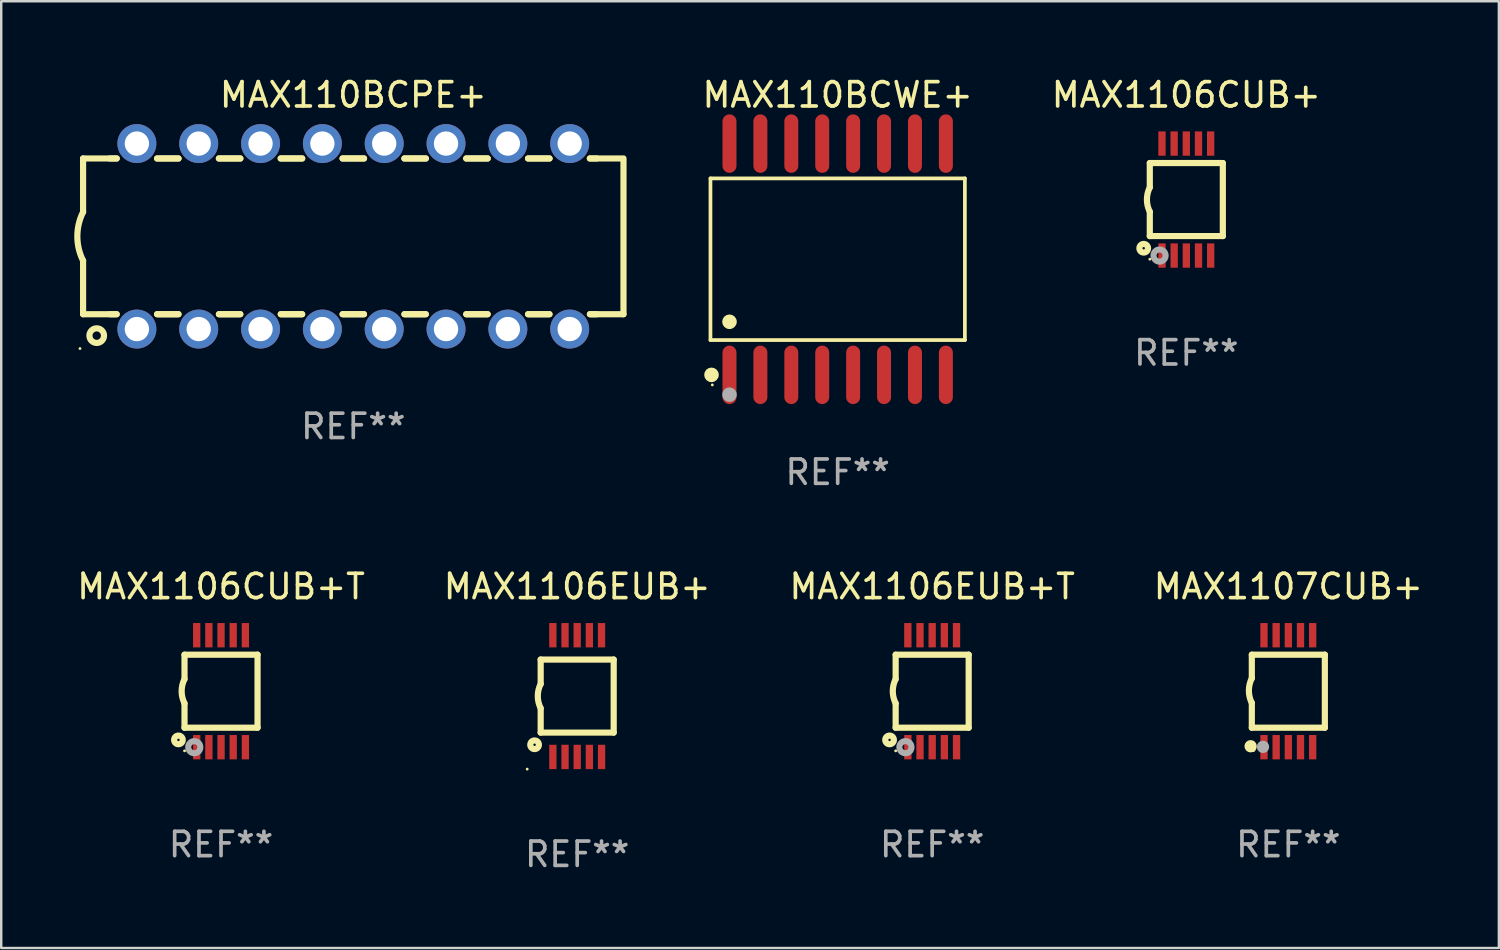
<source format=kicad_pcb>
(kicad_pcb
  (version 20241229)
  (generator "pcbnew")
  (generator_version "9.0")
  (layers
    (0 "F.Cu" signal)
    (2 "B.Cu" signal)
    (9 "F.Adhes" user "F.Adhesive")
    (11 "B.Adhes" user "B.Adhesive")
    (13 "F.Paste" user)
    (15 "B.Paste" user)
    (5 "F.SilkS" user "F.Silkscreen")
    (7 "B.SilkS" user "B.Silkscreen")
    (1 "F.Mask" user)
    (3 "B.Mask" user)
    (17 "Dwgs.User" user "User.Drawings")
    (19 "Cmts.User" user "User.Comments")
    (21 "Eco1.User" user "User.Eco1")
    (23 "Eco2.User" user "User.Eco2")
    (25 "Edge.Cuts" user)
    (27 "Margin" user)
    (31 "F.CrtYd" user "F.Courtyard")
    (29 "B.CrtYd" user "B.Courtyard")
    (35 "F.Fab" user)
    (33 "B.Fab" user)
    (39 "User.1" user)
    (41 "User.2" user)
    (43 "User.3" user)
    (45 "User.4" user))
  (footprint "MAX1106CUB+T"
    (layer "F.Cu")
    (at 6.03 25.345)
    (property "Reference" "MAX1106CUB+T" (at 0 -4.3 0) (layer "F.SilkS") (effects (font (size 1 1) (thickness 0.15))))
    (attr through_hole)
    (fp_line (start -1.5 -1.5) (end -1.5 -0.5) (stroke (width 0.254) (type solid)) (layer "F.SilkS"))
    (fp_line (start -1.5 1.5) (end -1.5 0.5) (stroke (width 0.254) (type solid)) (layer "F.SilkS"))
    (fp_line (start -1.5 1.5) (end 1.5 1.5) (stroke (width 0.254) (type solid)) (layer "F.SilkS"))
    (fp_line (start 1.5 1.5) (end 1.5 -1.5) (stroke (width 0.254) (type solid)) (layer "F.SilkS"))
    (fp_line (start 1.5 -1.5) (end -1.5 -1.5) (stroke (width 0.254) (type solid)) (layer "F.SilkS"))
    (fp_arc (start -1.500165 0.5) (mid -1.618199 0) (end -1.500165 -0.5) (stroke (width 0.254001) (type solid)) (layer "F.SilkS"))
    (fp_circle (center -1.75 2) (end -1.573 2) (stroke (width 0.254) (type solid)) (fill no) (layer "F.SilkS"))
    (fp_circle (center -1.499 2.45) (end -1.469 2.45) (stroke (width 0.06) (type solid)) (fill no) (layer "F.SilkS"))
    (fp_circle (center -1.099 2.3) (end -0.975 2.3) (stroke (width 0.25) (type solid)) (fill no) (layer "F.Fab"))
    (fp_text user "REF**" (at 0 6.3 0) (layer "F.Fab") (effects (font (size 1 1) (thickness 0.15))))
    (pad "1" smd rect (at -0.999 2.3 180) (size 0.3 1) (layers "F.Cu" "F.Mask" "F.Paste"))
    (pad "2" smd rect (at -0.499 2.3 180) (size 0.3 1) (layers "F.Cu" "F.Mask" "F.Paste"))
    (pad "3" smd rect (at 0.001 2.3 180) (size 0.3 1) (layers "F.Cu" "F.Mask" "F.Paste"))
    (pad "4" smd rect (at 0.501 2.3 180) (size 0.3 1) (layers "F.Cu" "F.Mask" "F.Paste"))
    (pad "5" smd rect (at 1.001 2.3 180) (size 0.3 1) (layers "F.Cu" "F.Mask" "F.Paste"))
    (pad "6" smd rect (at 1 -2.3 180) (size 0.3 1) (layers "F.Cu" "F.Mask" "F.Paste"))
    (pad "7" smd rect (at 0.5 -2.3 180) (size 0.3 1) (layers "F.Cu" "F.Mask" "F.Paste"))
    (pad "8" smd rect (at -0.000165 -2.3 180) (size 0.3 1) (layers "F.Cu" "F.Mask" "F.Paste"))
    (pad "9" smd rect (at -0.5 -2.3 180) (size 0.3 1) (layers "F.Cu" "F.Mask" "F.Paste"))
    (pad "10" smd rect (at -1 -2.3 180) (size 0.3 1) (layers "F.Cu" "F.Mask" "F.Paste")))
  (footprint "MAX110BCPE+"
    (layer "F.Cu")
    (at 11.463 6.658)
    (property "Reference" "MAX110BCPE+" (at 0 -5.81 0) (layer "F.SilkS") (effects (font (size 1 1) (thickness 0.15))))
    (attr through_hole)
    (fp_line (start -11.1 -3.198) (end -9.719 -3.198) (stroke (width 0.254) (type solid)) (layer "F.SilkS"))
    (fp_line (start -11.1 -0.998) (end -11.1 -3.198) (stroke (width 0.254) (type solid)) (layer "F.SilkS"))
    (fp_line (start -11.1 3.2) (end -11.1 1) (stroke (width 0.254) (type solid)) (layer "F.SilkS"))
    (fp_line (start -11.1 3.2) (end -9.721 3.2) (stroke (width 0.254) (type solid)) (layer "F.SilkS"))
    (fp_line (start -10 -3.198) (end -9.719 -3.198) (stroke (width 0.254) (type solid)) (layer "F.SilkS"))
    (fp_line (start -10 3.2) (end -9.721 3.2) (stroke (width 0.254) (type solid)) (layer "F.SilkS"))
    (fp_line (start -8.061 -3.198) (end -7.179 -3.198) (stroke (width 0.254) (type solid)) (layer "F.SilkS"))
    (fp_line (start -8.061 -3.198) (end -7.179 -3.198) (stroke (width 0.254) (type solid)) (layer "F.SilkS"))
    (fp_line (start -8.059 3.2) (end -7.181 3.2) (stroke (width 0.254) (type solid)) (layer "F.SilkS"))
    (fp_line (start -8.059 3.2) (end -7.181 3.2) (stroke (width 0.254) (type solid)) (layer "F.SilkS"))
    (fp_line (start -5.521 -3.198) (end -4.639 -3.198) (stroke (width 0.254) (type solid)) (layer "F.SilkS"))
    (fp_line (start -5.521 -3.198) (end -4.639 -3.198) (stroke (width 0.254) (type solid)) (layer "F.SilkS"))
    (fp_line (start -5.519 3.2) (end -4.641 3.2) (stroke (width 0.254) (type solid)) (layer "F.SilkS"))
    (fp_line (start -5.519 3.2) (end -4.641 3.2) (stroke (width 0.254) (type solid)) (layer "F.SilkS"))
    (fp_line (start -2.981 -3.198) (end -2.099 -3.198) (stroke (width 0.254) (type solid)) (layer "F.SilkS"))
    (fp_line (start -2.981 -3.198) (end -2.099 -3.198) (stroke (width 0.254) (type solid)) (layer "F.SilkS"))
    (fp_line (start -2.979 3.2) (end -2.101 3.2) (stroke (width 0.254) (type solid)) (layer "F.SilkS"))
    (fp_line (start -2.979 3.2) (end -2.101 3.2) (stroke (width 0.254) (type solid)) (layer "F.SilkS"))
    (fp_line (start -0.441 -3.198) (end 0.441 -3.198) (stroke (width 0.254) (type solid)) (layer "F.SilkS"))
    (fp_line (start -0.441 -3.198) (end 0.441 -3.198) (stroke (width 0.254) (type solid)) (layer "F.SilkS"))
    (fp_line (start -0.439 3.2) (end 0.439 3.2) (stroke (width 0.254) (type solid)) (layer "F.SilkS"))
    (fp_line (start -0.439 3.2) (end 0.439 3.2) (stroke (width 0.254) (type solid)) (layer "F.SilkS"))
    (fp_line (start 2.099 -3.198) (end 2.981 -3.198) (stroke (width 0.254) (type solid)) (layer "F.SilkS"))
    (fp_line (start 2.099 -3.198) (end 2.981 -3.198) (stroke (width 0.254) (type solid)) (layer "F.SilkS"))
    (fp_line (start 2.101 3.2) (end 2.979 3.2) (stroke (width 0.254) (type solid)) (layer "F.SilkS"))
    (fp_line (start 2.101 3.2) (end 2.979 3.2) (stroke (width 0.254) (type solid)) (layer "F.SilkS"))
    (fp_line (start 4.639 -3.198) (end 5.521 -3.198) (stroke (width 0.254) (type solid)) (layer "F.SilkS"))
    (fp_line (start 4.639 -3.198) (end 5.521 -3.198) (stroke (width 0.254) (type solid)) (layer "F.SilkS"))
    (fp_line (start 4.641 3.2) (end 5.519 3.2) (stroke (width 0.254) (type solid)) (layer "F.SilkS"))
    (fp_line (start 4.641 3.2) (end 5.519 3.2) (stroke (width 0.254) (type solid)) (layer "F.SilkS"))
    (fp_line (start 7.179 -3.198) (end 8.061 -3.198) (stroke (width 0.254) (type solid)) (layer "F.SilkS"))
    (fp_line (start 7.179 -3.198) (end 8.061 -3.198) (stroke (width 0.254) (type solid)) (layer "F.SilkS"))
    (fp_line (start 7.181 3.2) (end 8.059 3.2) (stroke (width 0.254) (type solid)) (layer "F.SilkS"))
    (fp_line (start 7.181 3.2) (end 8.059 3.2) (stroke (width 0.254) (type solid)) (layer "F.SilkS"))
    (fp_line (start 9.719 -3.198) (end 10 -3.198) (stroke (width 0.254) (type solid)) (layer "F.SilkS"))
    (fp_line (start 9.719 -3.198) (end 11 -3.198) (stroke (width 0.254) (type solid)) (layer "F.SilkS"))
    (fp_line (start 9.721 3.2) (end 11.1 3.2) (stroke (width 0.254) (type solid)) (layer "F.SilkS"))
    (fp_line (start 9.721 3.2) (end 10 3.2) (stroke (width 0.254) (type solid)) (layer "F.SilkS"))
    (fp_line (start 11.1 3.2) (end 11.1 -3.2) (stroke (width 0.254) (type solid)) (layer "F.SilkS"))
    (fp_arc (start -11.099823 1.000762) (mid -11.335827 0.001303) (end -11.1 -0.998197) (stroke (width 0.254001) (type solid)) (layer "F.SilkS"))
    (fp_circle (center -11.227 4.61) (end -11.197 4.61) (stroke (width 0.06) (type solid)) (fill no) (layer "F.SilkS"))
    (fp_circle (center -10.54 4.08) (end -10.24 4.08) (stroke (width 0.254) (type solid)) (fill no) (layer "F.SilkS"))
    (fp_text user "REF**" (at 0 7.81 0) (layer "F.Fab") (effects (font (size 1 1) (thickness 0.15))))
    (pad "1" thru_hole circle (at -8.89 3.81) (size 1.6 1.6) (drill 1) (layers "*.Cu" "*.Mask"))
    (pad "2" thru_hole circle (at -6.35 3.81) (size 1.6 1.6) (drill 1) (layers "*.Cu" "*.Mask"))
    (pad "3" thru_hole circle (at -3.81 3.81) (size 1.6 1.6) (drill 1) (layers "*.Cu" "*.Mask"))
    (pad "4" thru_hole circle (at -1.27 3.81) (size 1.6 1.6) (drill 1) (layers "*.Cu" "*.Mask"))
    (pad "5" thru_hole circle (at 1.27 3.81) (size 1.6 1.6) (drill 1) (layers "*.Cu" "*.Mask"))
    (pad "6" thru_hole circle (at 3.81 3.81) (size 1.6 1.6) (drill 1) (layers "*.Cu" "*.Mask"))
    (pad "7" thru_hole circle (at 6.35 3.81) (size 1.6 1.6) (drill 1) (layers "*.Cu" "*.Mask"))
    (pad "8" thru_hole circle (at 8.89 3.81) (size 1.6 1.6) (drill 1) (layers "*.Cu" "*.Mask"))
    (pad "9" thru_hole circle (at 8.89 -3.81) (size 1.6 1.6) (drill 1) (layers "*.Cu" "*.Mask"))
    (pad "10" thru_hole circle (at 6.35 -3.81) (size 1.6 1.6) (drill 1) (layers "*.Cu" "*.Mask"))
    (pad "11" thru_hole circle (at 3.81 -3.81) (size 1.6 1.6) (drill 1) (layers "*.Cu" "*.Mask"))
    (pad "12" thru_hole circle (at 1.27 -3.81) (size 1.6 1.6) (drill 1) (layers "*.Cu" "*.Mask"))
    (pad "13" thru_hole circle (at -1.27 -3.81) (size 1.6 1.6) (drill 1) (layers "*.Cu" "*.Mask"))
    (pad "14" thru_hole circle (at -3.81 -3.81) (size 1.6 1.6) (drill 1) (layers "*.Cu" "*.Mask"))
    (pad "15" thru_hole circle (at -6.35 -3.81) (size 1.6 1.6) (drill 1) (layers "*.Cu" "*.Mask"))
    (pad "16" thru_hole circle (at -8.89 -3.81) (size 1.6 1.6) (drill 1) (layers "*.Cu" "*.Mask")))
  (footprint "MAX1106EUB+T"
    (layer "F.Cu")
    (at 35.244 25.345)
    (property "Reference" "MAX1106EUB+T" (at 0 -4.3 0) (layer "F.SilkS") (effects (font (size 1 1) (thickness 0.15))))
    (attr through_hole)
    (fp_line (start -1.5 -1.5) (end -1.5 -0.5) (stroke (width 0.254) (type solid)) (layer "F.SilkS"))
    (fp_line (start -1.5 1.5) (end -1.5 0.5) (stroke (width 0.254) (type solid)) (layer "F.SilkS"))
    (fp_line (start -1.5 1.5) (end 1.5 1.5) (stroke (width 0.254) (type solid)) (layer "F.SilkS"))
    (fp_line (start 1.5 1.5) (end 1.5 -1.5) (stroke (width 0.254) (type solid)) (layer "F.SilkS"))
    (fp_line (start 1.5 -1.5) (end -1.5 -1.5) (stroke (width 0.254) (type solid)) (layer "F.SilkS"))
    (fp_arc (start -1.500165 0.5) (mid -1.618199 0) (end -1.500165 -0.5) (stroke (width 0.254001) (type solid)) (layer "F.SilkS"))
    (fp_circle (center -1.75 2) (end -1.573 2) (stroke (width 0.254) (type solid)) (fill no) (layer "F.SilkS"))
    (fp_circle (center -1.499 2.45) (end -1.469 2.45) (stroke (width 0.06) (type solid)) (fill no) (layer "F.SilkS"))
    (fp_circle (center -1.099 2.3) (end -0.975 2.3) (stroke (width 0.25) (type solid)) (fill no) (layer "F.Fab"))
    (fp_text user "REF**" (at 0 6.3 0) (layer "F.Fab") (effects (font (size 1 1) (thickness 0.15))))
    (pad "1" smd rect (at -0.999 2.3 180) (size 0.3 1) (layers "F.Cu" "F.Mask" "F.Paste"))
    (pad "2" smd rect (at -0.499 2.3 180) (size 0.3 1) (layers "F.Cu" "F.Mask" "F.Paste"))
    (pad "3" smd rect (at 0.001 2.3 180) (size 0.3 1) (layers "F.Cu" "F.Mask" "F.Paste"))
    (pad "4" smd rect (at 0.501 2.3 180) (size 0.3 1) (layers "F.Cu" "F.Mask" "F.Paste"))
    (pad "5" smd rect (at 1.001 2.3 180) (size 0.3 1) (layers "F.Cu" "F.Mask" "F.Paste"))
    (pad "6" smd rect (at 1 -2.3 180) (size 0.3 1) (layers "F.Cu" "F.Mask" "F.Paste"))
    (pad "7" smd rect (at 0.5 -2.3 180) (size 0.3 1) (layers "F.Cu" "F.Mask" "F.Paste"))
    (pad "8" smd rect (at -0.000165 -2.3 180) (size 0.3 1) (layers "F.Cu" "F.Mask" "F.Paste"))
    (pad "9" smd rect (at -0.5 -2.3 180) (size 0.3 1) (layers "F.Cu" "F.Mask" "F.Paste"))
    (pad "10" smd rect (at -1 -2.3 180) (size 0.3 1) (layers "F.Cu" "F.Mask" "F.Paste")))
  (footprint "MAX1106CUB+"
    (layer "F.Cu")
    (at 45.684 5.148)
    (property "Reference" "MAX1106CUB+" (at 0 -4.3 0) (layer "F.SilkS") (effects (font (size 1 1) (thickness 0.15))))
    (attr through_hole)
    (fp_line (start -1.5 -1.5) (end -1.5 -0.5) (stroke (width 0.254) (type solid)) (layer "F.SilkS"))
    (fp_line (start -1.5 1.5) (end -1.5 0.5) (stroke (width 0.254) (type solid)) (layer "F.SilkS"))
    (fp_line (start -1.5 1.5) (end 1.5 1.5) (stroke (width 0.254) (type solid)) (layer "F.SilkS"))
    (fp_line (start 1.5 1.5) (end 1.5 -1.5) (stroke (width 0.254) (type solid)) (layer "F.SilkS"))
    (fp_line (start 1.5 -1.5) (end -1.5 -1.5) (stroke (width 0.254) (type solid)) (layer "F.SilkS"))
    (fp_arc (start -1.500165 0.5) (mid -1.618199 0) (end -1.500165 -0.5) (stroke (width 0.254001) (type solid)) (layer "F.SilkS"))
    (fp_circle (center -1.75 2) (end -1.573 2) (stroke (width 0.254) (type solid)) (fill no) (layer "F.SilkS"))
    (fp_circle (center -1.499 2.45) (end -1.469 2.45) (stroke (width 0.06) (type solid)) (fill no) (layer "F.SilkS"))
    (fp_circle (center -1.099 2.3) (end -0.975 2.3) (stroke (width 0.25) (type solid)) (fill no) (layer "F.Fab"))
    (fp_text user "REF**" (at 0 6.3 0) (layer "F.Fab") (effects (font (size 1 1) (thickness 0.15))))
    (pad "1" smd rect (at -0.999 2.3 180) (size 0.3 1) (layers "F.Cu" "F.Mask" "F.Paste"))
    (pad "2" smd rect (at -0.499 2.3 180) (size 0.3 1) (layers "F.Cu" "F.Mask" "F.Paste"))
    (pad "3" smd rect (at 0.001 2.3 180) (size 0.3 1) (layers "F.Cu" "F.Mask" "F.Paste"))
    (pad "4" smd rect (at 0.501 2.3 180) (size 0.3 1) (layers "F.Cu" "F.Mask" "F.Paste"))
    (pad "5" smd rect (at 1.001 2.3 180) (size 0.3 1) (layers "F.Cu" "F.Mask" "F.Paste"))
    (pad "6" smd rect (at 1 -2.3 180) (size 0.3 1) (layers "F.Cu" "F.Mask" "F.Paste"))
    (pad "7" smd rect (at 0.5 -2.3 180) (size 0.3 1) (layers "F.Cu" "F.Mask" "F.Paste"))
    (pad "8" smd rect (at -0.000165 -2.3 180) (size 0.3 1) (layers "F.Cu" "F.Mask" "F.Paste"))
    (pad "9" smd rect (at -0.5 -2.3 180) (size 0.3 1) (layers "F.Cu" "F.Mask" "F.Paste"))
    (pad "10" smd rect (at -1 -2.3 180) (size 0.3 1) (layers "F.Cu" "F.Mask" "F.Paste")))
  (footprint "MAX1106EUB+"
    (layer "F.Cu")
    (at 20.661 25.545)
    (property "Reference" "MAX1106EUB+" (at 0 -4.5 0) (layer "F.SilkS") (effects (font (size 1 1) (thickness 0.15))))
    (attr through_hole)
    (fp_line (start -1.5 -1.5) (end -1.5 -0.5) (stroke (width 0.254) (type solid)) (layer "F.SilkS"))
    (fp_line (start -1.5 1.5) (end -1.5 0.5) (stroke (width 0.254) (type solid)) (layer "F.SilkS"))
    (fp_line (start -1.5 1.5) (end 1.5 1.5) (stroke (width 0.254) (type solid)) (layer "F.SilkS"))
    (fp_line (start 1.5 1.5) (end 1.5 -1.5) (stroke (width 0.254) (type solid)) (layer "F.SilkS"))
    (fp_line (start 1.5 -1.5) (end -1.5 -1.5) (stroke (width 0.254) (type solid)) (layer "F.SilkS"))
    (fp_arc (start -1.500165 0.499873) (mid -1.618199 -0.000127) (end -1.500165 -0.500127) (stroke (width 0.254001) (type solid)) (layer "F.SilkS"))
    (fp_circle (center -2.054 3) (end -2.024 3) (stroke (width 0.06) (type solid)) (fill no) (layer "F.SilkS"))
    (fp_circle (center -1.75 2) (end -1.573 2) (stroke (width 0.254) (type solid)) (fill no) (layer "F.SilkS"))
    (fp_text user "REF**" (at 0 6.5 0) (layer "F.Fab") (effects (font (size 1 1) (thickness 0.15))))
    (pad "1" smd rect (at -0.999 2.5 180) (size 0.3 1) (layers "F.Cu" "F.Mask" "F.Paste"))
    (pad "2" smd rect (at -0.499 2.5 180) (size 0.3 1) (layers "F.Cu" "F.Mask" "F.Paste"))
    (pad "3" smd rect (at 0.001 2.5 180) (size 0.3 1) (layers "F.Cu" "F.Mask" "F.Paste"))
    (pad "4" smd rect (at 0.501 2.5 180) (size 0.3 1) (layers "F.Cu" "F.Mask" "F.Paste"))
    (pad "5" smd rect (at 1.001 2.5 180) (size 0.3 1) (layers "F.Cu" "F.Mask" "F.Paste"))
    (pad "6" smd rect (at 1 -2.5 180) (size 0.3 1) (layers "F.Cu" "F.Mask" "F.Paste"))
    (pad "7" smd rect (at 0.5 -2.5 180) (size 0.3 1) (layers "F.Cu" "F.Mask" "F.Paste"))
    (pad "8" smd rect (at -0.000165 -2.5 180) (size 0.3 1) (layers "F.Cu" "F.Mask" "F.Paste"))
    (pad "9" smd rect (at -0.5 -2.5 180) (size 0.3 1) (layers "F.Cu" "F.Mask" "F.Paste"))
    (pad "10" smd rect (at -1 -2.5 180) (size 0.3 1) (layers "F.Cu" "F.Mask" "F.Paste")))
  (footprint "MAX110BCWE+"
    (layer "F.Cu")
    (at 31.362 7.599)
    (property "Reference" "MAX110BCWE+" (at 0 -6.75 0) (layer "F.SilkS") (effects (font (size 1 1) (thickness 0.15))))
    (attr through_hole)
    (fp_line (start -5.226 -3.321) (end 5.226 -3.321) (stroke (width 0.152) (type solid)) (layer "F.SilkS"))
    (fp_line (start -5.226 3.321) (end -5.226 -3.321) (stroke (width 0.152) (type solid)) (layer "F.SilkS"))
    (fp_line (start 5.226 -3.321) (end 5.226 3.321) (stroke (width 0.152) (type solid)) (layer "F.SilkS"))
    (fp_line (start 5.226 3.321) (end -5.226 3.321) (stroke (width 0.152) (type solid)) (layer "F.SilkS"))
    (fp_circle (center -5.184 4.75) (end -5.034 4.75) (stroke (width 0.3) (type solid)) (fill no) (layer "F.SilkS"))
    (fp_circle (center -5.15 5.163) (end -5.12 5.163) (stroke (width 0.06) (type solid)) (fill no) (layer "F.SilkS"))
    (fp_circle (center -4.445 2.569) (end -4.295 2.569) (stroke (width 0.3) (type solid)) (fill no) (layer "F.SilkS"))
    (fp_circle (center -4.445 5.563) (end -4.295 5.563) (stroke (width 0.3) (type solid)) (fill no) (layer "F.Fab"))
    (fp_text user "REF**" (at 0 8.75 0) (layer "F.Fab") (effects (font (size 1 1) (thickness 0.15))))
    (pad "1" smd oval (at -4.445 4.75) (size 0.574 2.401) (layers "F.Cu" "F.Mask" "F.Paste"))
    (pad "2" smd oval (at -3.175 4.75) (size 0.574 2.401) (layers "F.Cu" "F.Mask" "F.Paste"))
    (pad "3" smd oval (at -1.905 4.75) (size 0.574 2.401) (layers "F.Cu" "F.Mask" "F.Paste"))
    (pad "4" smd oval (at -0.635 4.75) (size 0.574 2.401) (layers "F.Cu" "F.Mask" "F.Paste"))
    (pad "5" smd oval (at 0.635 4.75) (size 0.574 2.401) (layers "F.Cu" "F.Mask" "F.Paste"))
    (pad "6" smd oval (at 1.905 4.75) (size 0.574 2.401) (layers "F.Cu" "F.Mask" "F.Paste"))
    (pad "7" smd oval (at 3.175 4.75) (size 0.574 2.401) (layers "F.Cu" "F.Mask" "F.Paste"))
    (pad "8" smd oval (at 4.445 4.75) (size 0.574 2.401) (layers "F.Cu" "F.Mask" "F.Paste"))
    (pad "9" smd oval (at 4.445 -4.75) (size 0.574 2.401) (layers "F.Cu" "F.Mask" "F.Paste"))
    (pad "10" smd oval (at 3.175 -4.75) (size 0.574 2.401) (layers "F.Cu" "F.Mask" "F.Paste"))
    (pad "11" smd oval (at 1.905 -4.75) (size 0.574 2.401) (layers "F.Cu" "F.Mask" "F.Paste"))
    (pad "12" smd oval (at 0.635 -4.75) (size 0.574 2.401) (layers "F.Cu" "F.Mask" "F.Paste"))
    (pad "13" smd oval (at -0.635 -4.75) (size 0.574 2.401) (layers "F.Cu" "F.Mask" "F.Paste"))
    (pad "14" smd oval (at -1.905 -4.75) (size 0.574 2.401) (layers "F.Cu" "F.Mask" "F.Paste"))
    (pad "15" smd oval (at -3.175 -4.75) (size 0.574 2.401) (layers "F.Cu" "F.Mask" "F.Paste"))
    (pad "16" smd oval (at -4.445 -4.75) (size 0.574 2.401) (layers "F.Cu" "F.Mask" "F.Paste")))
  (footprint "MAX1107CUB+"
    (layer "F.Cu")
    (at 49.875 25.345)
    (property "Reference" "MAX1107CUB+" (at 0 -4.3 0) (layer "F.SilkS") (effects (font (size 1 1) (thickness 0.15))))
    (attr through_hole)
    (fp_line (start -1.5 -1.5) (end -1.5 -0.533) (stroke (width 0.254) (type solid)) (layer "F.SilkS"))
    (fp_line (start -1.5 -1.5) (end 1.5 -1.5) (stroke (width 0.254) (type solid)) (layer "F.SilkS"))
    (fp_line (start -1.5 1.5) (end -1.5 0.483) (stroke (width 0.254) (type solid)) (layer "F.SilkS"))
    (fp_line (start -1.5 1.5) (end 1.5 1.5) (stroke (width 0.254) (type solid)) (layer "F.SilkS"))
    (fp_line (start 1.5 1.5) (end 1.5 -1.5) (stroke (width 0.254) (type solid)) (layer "F.SilkS"))
    (fp_arc (start -1.501015 0.483109) (mid -1.620651 -0.025266) (end -1.5 -0.533401) (stroke (width 0.254001) (type solid)) (layer "F.SilkS"))
    (fp_circle (center -1.549 2.261) (end -1.422 2.261) (stroke (width 0.254) (type solid)) (fill no) (layer "F.SilkS"))
    (fp_circle (center -1.45 2.4) (end -1.4 2.4) (stroke (width 0.1) (type solid)) (fill no) (layer "F.SilkS"))
    (fp_circle (center -1.041 2.286) (end -0.914 2.286) (stroke (width 0.254) (type solid)) (fill no) (layer "F.Fab"))
    (fp_text user "REF**" (at 0 6.3 0) (layer "F.Fab") (effects (font (size 1 1) (thickness 0.15))))
    (pad "1" smd rect (at -1 2.3 90) (size 1 0.3) (layers "F.Cu" "F.Mask" "F.Paste"))
    (pad "2" smd rect (at -0.5 2.3 90) (size 1 0.3) (layers "F.Cu" "F.Mask" "F.Paste"))
    (pad "3" smd rect (at 0.000127 2.3 90) (size 1 0.3) (layers "F.Cu" "F.Mask" "F.Paste"))
    (pad "4" smd rect (at 0.5 2.3 90) (size 1 0.3) (layers "F.Cu" "F.Mask" "F.Paste"))
    (pad "5" smd rect (at 1 2.3 90) (size 1 0.3) (layers "F.Cu" "F.Mask" "F.Paste"))
    (pad "6" smd rect (at 1 -2.3 270) (size 1 0.3) (layers "F.Cu" "F.Mask" "F.Paste"))
    (pad "7" smd rect (at 0.5 -2.3 90) (size 1 0.3) (layers "F.Cu" "F.Mask" "F.Paste"))
    (pad "8" smd rect (at 0.000127 -2.3 90) (size 1 0.3) (layers "F.Cu" "F.Mask" "F.Paste"))
    (pad "9" smd rect (at -0.5 -2.3 90) (size 1 0.3) (layers "F.Cu" "F.Mask" "F.Paste"))
    (pad "10" smd rect (at -1 -2.3 90) (size 1 0.3) (layers "F.Cu" "F.Mask" "F.Paste")))
  (gr_rect
    (start -3 -3)
    (end 58.524 35.894)
    (stroke (width 0.1) (type default))
    (fill no)
    (layer "Edge.Cuts")))
</source>
